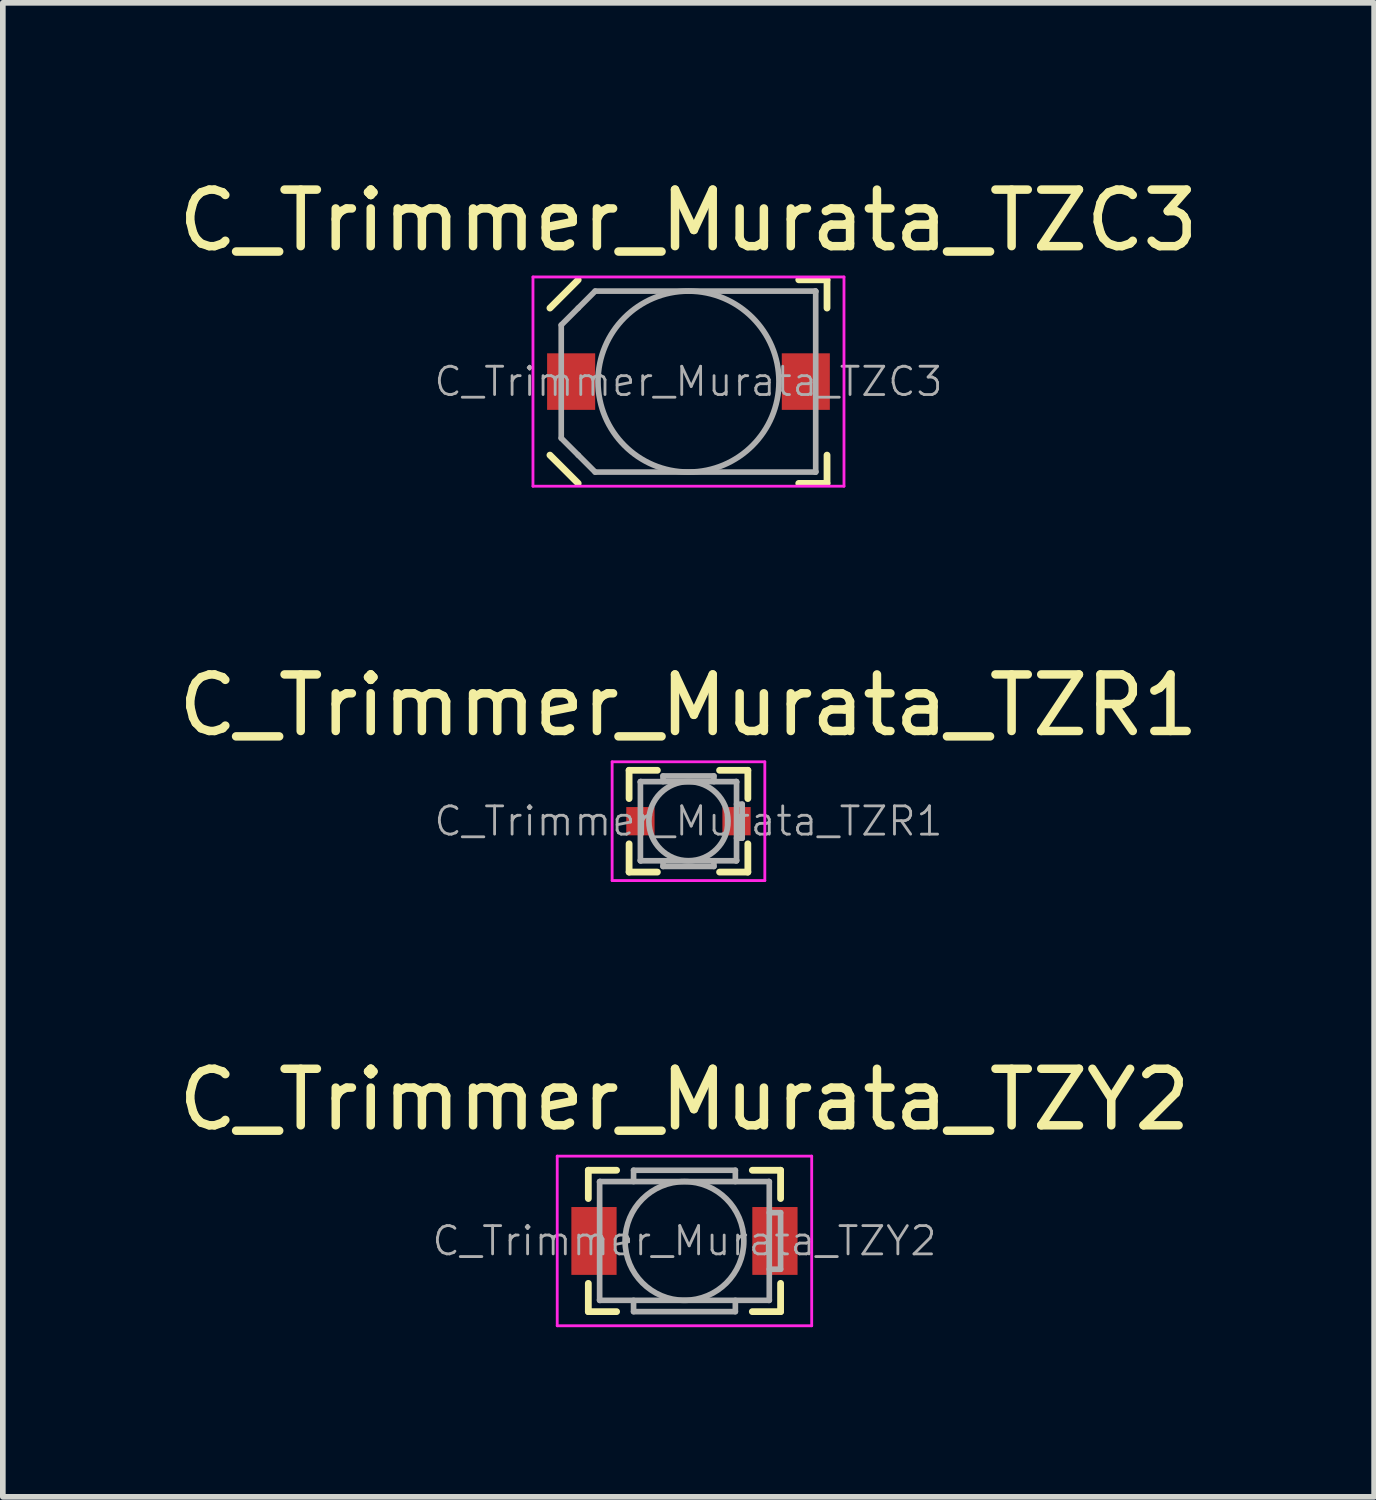
<source format=kicad_pcb>
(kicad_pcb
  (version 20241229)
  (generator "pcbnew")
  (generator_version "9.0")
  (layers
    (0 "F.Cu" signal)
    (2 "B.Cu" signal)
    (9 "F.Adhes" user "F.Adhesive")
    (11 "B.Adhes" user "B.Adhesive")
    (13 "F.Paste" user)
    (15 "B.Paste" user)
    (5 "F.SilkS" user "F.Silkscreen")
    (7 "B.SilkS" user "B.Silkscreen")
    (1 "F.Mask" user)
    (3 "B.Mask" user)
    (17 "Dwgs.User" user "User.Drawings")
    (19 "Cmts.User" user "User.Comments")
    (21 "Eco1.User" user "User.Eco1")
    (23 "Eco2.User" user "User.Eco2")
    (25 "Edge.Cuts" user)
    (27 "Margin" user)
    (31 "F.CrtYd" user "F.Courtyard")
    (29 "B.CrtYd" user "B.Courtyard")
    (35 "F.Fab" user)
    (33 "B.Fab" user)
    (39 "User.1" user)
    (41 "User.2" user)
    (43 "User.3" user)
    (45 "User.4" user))
  (footprint "C_Trimmer_Murata_TZR1"
    (layer "F.Cu")
    (at 9.125 11.472)
    (property "Reference" "C_Trimmer_Murata_TZR1" (at 0 -2.05 0) (layer "F.SilkS") (effects (font (size 1 1) (thickness 0.15))))
    (attr smd)
    (fp_line (start -1.05 -0.9) (end -1.05 -0.4) (stroke (width 0.12) (type solid)) (layer "F.SilkS"))
    (fp_line (start -1.05 -0.9) (end -0.55 -0.9) (stroke (width 0.12) (type solid)) (layer "F.SilkS"))
    (fp_line (start -1.05 0.9) (end -1.05 0.4) (stroke (width 0.12) (type solid)) (layer "F.SilkS"))
    (fp_line (start -1.05 0.9) (end -0.55 0.9) (stroke (width 0.12) (type solid)) (layer "F.SilkS"))
    (fp_line (start 1.05 -0.9) (end 0.55 -0.9) (stroke (width 0.12) (type solid)) (layer "F.SilkS"))
    (fp_line (start 1.05 -0.9) (end 1.05 -0.4) (stroke (width 0.12) (type solid)) (layer "F.SilkS"))
    (fp_line (start 1.05 0.9) (end 0.55 0.9) (stroke (width 0.12) (type solid)) (layer "F.SilkS"))
    (fp_line (start 1.05 0.9) (end 1.05 0.4) (stroke (width 0.12) (type solid)) (layer "F.SilkS"))
    (fp_line (start -1.35 -1.05) (end -1.35 1.05) (stroke (width 0.05) (type solid)) (layer "F.CrtYd"))
    (fp_line (start -1.35 1.05) (end 1.35 1.05) (stroke (width 0.05) (type solid)) (layer "F.CrtYd"))
    (fp_line (start 1.35 -1.05) (end -1.35 -1.05) (stroke (width 0.05) (type solid)) (layer "F.CrtYd"))
    (fp_line (start 1.35 1.05) (end 1.35 -1.05) (stroke (width 0.05) (type solid)) (layer "F.CrtYd"))
    (fp_line (start -0.85 -0.7) (end -0.84 -0.7) (stroke (width 0.1) (type solid)) (layer "F.Fab"))
    (fp_line (start -0.85 -0.69) (end -0.85 -0.7) (stroke (width 0.1) (type solid)) (layer "F.Fab"))
    (fp_line (start -0.85 0.69) (end -0.85 -0.69) (stroke (width 0.1) (type solid)) (layer "F.Fab"))
    (fp_line (start -0.85 0.7) (end -0.85 0.69) (stroke (width 0.1) (type solid)) (layer "F.Fab"))
    (fp_line (start -0.84 -0.7) (end 0.84 -0.7) (stroke (width 0.1) (type solid)) (layer "F.Fab"))
    (fp_line (start -0.84 0.7) (end -0.85 0.7) (stroke (width 0.1) (type solid)) (layer "F.Fab"))
    (fp_line (start -0.45 -0.8) (end 0.45 -0.8) (stroke (width 0.1) (type solid)) (layer "F.Fab"))
    (fp_line (start -0.45 -0.7) (end -0.45 -0.8) (stroke (width 0.1) (type solid)) (layer "F.Fab"))
    (fp_line (start -0.45 0.7) (end -0.45 0.8) (stroke (width 0.1) (type solid)) (layer "F.Fab"))
    (fp_line (start -0.45 0.8) (end 0.45 0.8) (stroke (width 0.1) (type solid)) (layer "F.Fab"))
    (fp_line (start 0.45 -0.8) (end 0.45 -0.7) (stroke (width 0.1) (type solid)) (layer "F.Fab"))
    (fp_line (start 0.45 0.8) (end 0.45 0.7) (stroke (width 0.1) (type solid)) (layer "F.Fab"))
    (fp_line (start 0.84 -0.7) (end 0.85 -0.7) (stroke (width 0.1) (type solid)) (layer "F.Fab"))
    (fp_line (start 0.84 0.7) (end -0.84 0.7) (stroke (width 0.1) (type solid)) (layer "F.Fab"))
    (fp_line (start 0.85 -0.7) (end 0.85 -0.69) (stroke (width 0.1) (type solid)) (layer "F.Fab"))
    (fp_line (start 0.85 -0.69) (end 0.85 0.69) (stroke (width 0.1) (type solid)) (layer "F.Fab"))
    (fp_line (start 0.85 -0.3) (end 0.95 -0.3) (stroke (width 0.1) (type solid)) (layer "F.Fab"))
    (fp_line (start 0.85 0.69) (end 0.85 0.7) (stroke (width 0.1) (type solid)) (layer "F.Fab"))
    (fp_line (start 0.85 0.7) (end 0.84 0.7) (stroke (width 0.1) (type solid)) (layer "F.Fab"))
    (fp_line (start 0.95 -0.3) (end 0.95 0.3) (stroke (width 0.1) (type solid)) (layer "F.Fab"))
    (fp_line (start 0.95 0.3) (end 0.85 0.3) (stroke (width 0.1) (type solid)) (layer "F.Fab"))
    (fp_circle (center 0 0) (end 0.7 0) (stroke (width 0.1) (type solid)) (fill no) (layer "F.Fab"))
    (fp_text user "${REFERENCE}" (at 0 0 0) (layer "F.Fab") (effects (font (size 0.5 0.5) (thickness 0.05))))
    (pad "1" smd rect (at -0.85 0) (size 0.5 0.5) (layers "F.Cu" "F.Mask" "F.Paste"))
    (pad "2" smd rect (at 0.85 0) (size 0.5 0.5) (layers "F.Cu" "F.Mask" "F.Paste")))
  (footprint "C_Trimmer_Murata_TZY2"
    (layer "F.Cu")
    (at 9.054 18.895)
    (property "Reference" "C_Trimmer_Murata_TZY2" (at 0 -2.5 0) (layer "F.SilkS") (effects (font (size 1 1) (thickness 0.15))))
    (attr smd)
    (fp_line (start -1.7 -1.25) (end -1.7 -0.75) (stroke (width 0.12) (type solid)) (layer "F.SilkS"))
    (fp_line (start -1.7 -1.25) (end -1.2 -1.25) (stroke (width 0.12) (type solid)) (layer "F.SilkS"))
    (fp_line (start -1.7 1.25) (end -1.7 0.75) (stroke (width 0.12) (type solid)) (layer "F.SilkS"))
    (fp_line (start -1.7 1.25) (end -1.2 1.25) (stroke (width 0.12) (type solid)) (layer "F.SilkS"))
    (fp_line (start 1.7 -1.25) (end 1.2 -1.25) (stroke (width 0.12) (type solid)) (layer "F.SilkS"))
    (fp_line (start 1.7 -1.25) (end 1.7 -0.75) (stroke (width 0.12) (type solid)) (layer "F.SilkS"))
    (fp_line (start 1.7 1.25) (end 1.2 1.25) (stroke (width 0.12) (type solid)) (layer "F.SilkS"))
    (fp_line (start 1.7 1.25) (end 1.7 0.75) (stroke (width 0.12) (type solid)) (layer "F.SilkS"))
    (fp_line (start -2.25 -1.5) (end -2.25 1.5) (stroke (width 0.05) (type solid)) (layer "F.CrtYd"))
    (fp_line (start -2.25 1.5) (end 2.25 1.5) (stroke (width 0.05) (type solid)) (layer "F.CrtYd"))
    (fp_line (start 2.25 -1.5) (end -2.25 -1.5) (stroke (width 0.05) (type solid)) (layer "F.CrtYd"))
    (fp_line (start 2.25 1.5) (end 2.25 -1.5) (stroke (width 0.05) (type solid)) (layer "F.CrtYd"))
    (fp_line (start -1.5 -1.05) (end -1.49 -1.05) (stroke (width 0.1) (type solid)) (layer "F.Fab"))
    (fp_line (start -1.5 -1.04) (end -1.5 -1.05) (stroke (width 0.1) (type solid)) (layer "F.Fab"))
    (fp_line (start -1.5 1.04) (end -1.5 -1.04) (stroke (width 0.1) (type solid)) (layer "F.Fab"))
    (fp_line (start -1.5 1.05) (end -1.5 1.04) (stroke (width 0.1) (type solid)) (layer "F.Fab"))
    (fp_line (start -1.49 -1.05) (end 1.49 -1.05) (stroke (width 0.1) (type solid)) (layer "F.Fab"))
    (fp_line (start -1.49 1.05) (end -1.5 1.05) (stroke (width 0.1) (type solid)) (layer "F.Fab"))
    (fp_line (start -0.9 -1.25) (end 0.9 -1.25) (stroke (width 0.1) (type solid)) (layer "F.Fab"))
    (fp_line (start -0.9 -1.05) (end -0.9 -1.25) (stroke (width 0.1) (type solid)) (layer "F.Fab"))
    (fp_line (start -0.9 1.05) (end -0.9 1.25) (stroke (width 0.1) (type solid)) (layer "F.Fab"))
    (fp_line (start -0.9 1.25) (end 0.9 1.25) (stroke (width 0.1) (type solid)) (layer "F.Fab"))
    (fp_line (start 0.9 -1.25) (end 0.9 -1.05) (stroke (width 0.1) (type solid)) (layer "F.Fab"))
    (fp_line (start 0.9 1.25) (end 0.9 1.05) (stroke (width 0.1) (type solid)) (layer "F.Fab"))
    (fp_line (start 1.49 -1.05) (end 1.5 -1.05) (stroke (width 0.1) (type solid)) (layer "F.Fab"))
    (fp_line (start 1.49 1.05) (end -1.49 1.05) (stroke (width 0.1) (type solid)) (layer "F.Fab"))
    (fp_line (start 1.5 -1.05) (end 1.5 -1.04) (stroke (width 0.1) (type solid)) (layer "F.Fab"))
    (fp_line (start 1.5 -1.04) (end 1.5 1.04) (stroke (width 0.1) (type solid)) (layer "F.Fab"))
    (fp_line (start 1.5 -0.5) (end 1.7 -0.5) (stroke (width 0.1) (type solid)) (layer "F.Fab"))
    (fp_line (start 1.5 1.04) (end 1.5 1.05) (stroke (width 0.1) (type solid)) (layer "F.Fab"))
    (fp_line (start 1.5 1.05) (end 1.49 1.05) (stroke (width 0.1) (type solid)) (layer "F.Fab"))
    (fp_line (start 1.7 -0.5) (end 1.7 0.5) (stroke (width 0.1) (type solid)) (layer "F.Fab"))
    (fp_line (start 1.7 0.5) (end 1.5 0.5) (stroke (width 0.1) (type solid)) (layer "F.Fab"))
    (fp_circle (center 0 0) (end 1.05 0) (stroke (width 0.1) (type solid)) (fill no) (layer "F.Fab"))
    (fp_text user "${REFERENCE}" (at 0 0 0) (layer "F.Fab") (effects (font (size 0.5 0.5) (thickness 0.05))))
    (pad "1" smd rect (at -1.6 0) (size 0.8 1.2) (layers "F.Cu" "F.Mask" "F.Paste"))
    (pad "2" smd rect (at 1.6 0) (size 0.8 1.2) (layers "F.Cu" "F.Mask" "F.Paste")))
  (footprint "C_Trimmer_Murata_TZC3"
    (layer "F.Cu")
    (at 9.125 3.698)
    (property "Reference" "C_Trimmer_Murata_TZC3" (at 0 -2.85 0) (layer "F.SilkS") (effects (font (size 1 1) (thickness 0.15))))
    (attr smd)
    (fp_line (start -2.45 -1.3) (end -1.95 -1.8) (stroke (width 0.12) (type solid)) (layer "F.SilkS"))
    (fp_line (start -2.45 1.3) (end -1.95 1.8) (stroke (width 0.12) (type solid)) (layer "F.SilkS"))
    (fp_line (start 2.45 -1.8) (end 1.95 -1.8) (stroke (width 0.12) (type solid)) (layer "F.SilkS"))
    (fp_line (start 2.45 -1.8) (end 2.45 -1.3) (stroke (width 0.12) (type solid)) (layer "F.SilkS"))
    (fp_line (start 2.45 1.8) (end 1.95 1.8) (stroke (width 0.12) (type solid)) (layer "F.SilkS"))
    (fp_line (start 2.45 1.8) (end 2.45 1.3) (stroke (width 0.12) (type solid)) (layer "F.SilkS"))
    (fp_line (start -2.75 -1.85) (end -2.75 1.85) (stroke (width 0.05) (type solid)) (layer "F.CrtYd"))
    (fp_line (start -2.75 1.85) (end 2.75 1.85) (stroke (width 0.05) (type solid)) (layer "F.CrtYd"))
    (fp_line (start 2.75 -1.85) (end -2.75 -1.85) (stroke (width 0.05) (type solid)) (layer "F.CrtYd"))
    (fp_line (start 2.75 1.85) (end 2.75 -1.85) (stroke (width 0.05) (type solid)) (layer "F.CrtYd"))
    (fp_line (start -2.25 -1) (end -1.95 -1.3) (stroke (width 0.1) (type solid)) (layer "F.Fab"))
    (fp_line (start -2.25 1) (end -2.25 -1) (stroke (width 0.1) (type solid)) (layer "F.Fab"))
    (fp_line (start -1.95 -1.3) (end -1.65 -1.6) (stroke (width 0.1) (type solid)) (layer "F.Fab"))
    (fp_line (start -1.95 1.3) (end -2.25 1) (stroke (width 0.1) (type solid)) (layer "F.Fab"))
    (fp_line (start -1.65 -1.6) (end 2.24 -1.6) (stroke (width 0.1) (type solid)) (layer "F.Fab"))
    (fp_line (start -1.65 1.6) (end -1.95 1.3) (stroke (width 0.1) (type solid)) (layer "F.Fab"))
    (fp_line (start 2.24 -1.6) (end 2.25 -1.6) (stroke (width 0.1) (type solid)) (layer "F.Fab"))
    (fp_line (start 2.24 1.6) (end -1.65 1.6) (stroke (width 0.1) (type solid)) (layer "F.Fab"))
    (fp_line (start 2.25 -1.6) (end 2.25 -1.59) (stroke (width 0.1) (type solid)) (layer "F.Fab"))
    (fp_line (start 2.25 -1.59) (end 2.25 1.59) (stroke (width 0.1) (type solid)) (layer "F.Fab"))
    (fp_line (start 2.25 1.59) (end 2.25 1.6) (stroke (width 0.1) (type solid)) (layer "F.Fab"))
    (fp_line (start 2.25 1.6) (end 2.24 1.6) (stroke (width 0.1) (type solid)) (layer "F.Fab"))
    (fp_circle (center 0 0) (end 1.6 0) (stroke (width 0.1) (type solid)) (fill no) (layer "F.Fab"))
    (fp_text user "${REFERENCE}" (at 0 0 0) (layer "F.Fab") (effects (font (size 0.5 0.5) (thickness 0.05))))
    (pad "1" smd rect (at -2.075 0) (size 0.85 1) (layers "F.Cu" "F.Mask" "F.Paste"))
    (pad "2" smd rect (at 2.075 0) (size 0.85 1) (layers "F.Cu" "F.Mask" "F.Paste")))
  (gr_rect
    (start -3 -3)
    (end 21.25 23.42)
    (stroke (width 0.1) (type default))
    (fill no)
    (layer "Edge.Cuts")))
</source>
